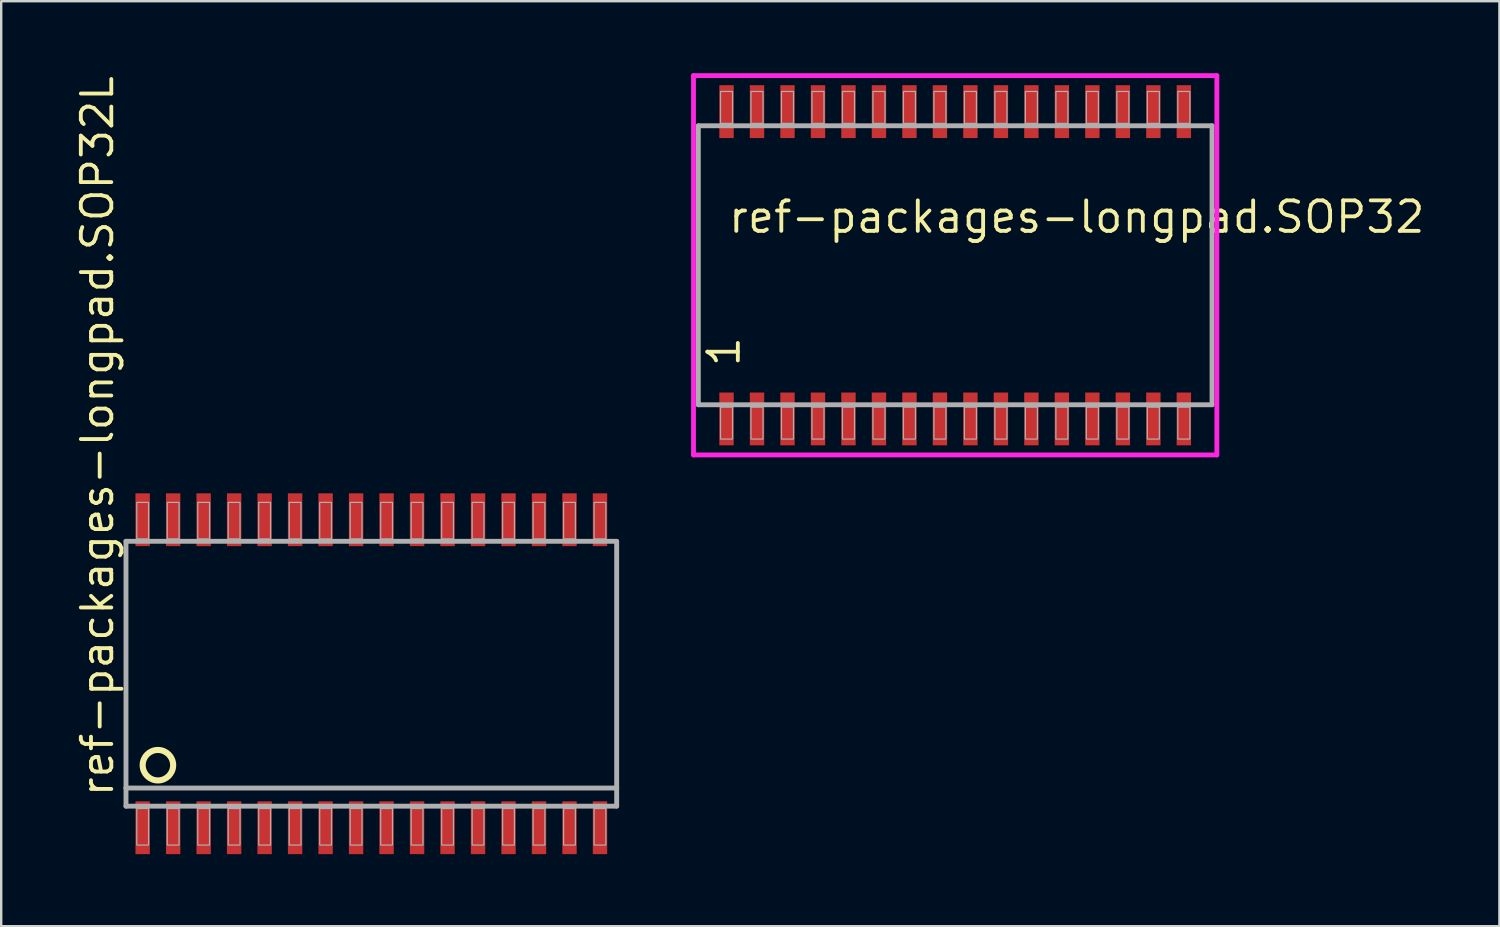
<source format=kicad_pcb>
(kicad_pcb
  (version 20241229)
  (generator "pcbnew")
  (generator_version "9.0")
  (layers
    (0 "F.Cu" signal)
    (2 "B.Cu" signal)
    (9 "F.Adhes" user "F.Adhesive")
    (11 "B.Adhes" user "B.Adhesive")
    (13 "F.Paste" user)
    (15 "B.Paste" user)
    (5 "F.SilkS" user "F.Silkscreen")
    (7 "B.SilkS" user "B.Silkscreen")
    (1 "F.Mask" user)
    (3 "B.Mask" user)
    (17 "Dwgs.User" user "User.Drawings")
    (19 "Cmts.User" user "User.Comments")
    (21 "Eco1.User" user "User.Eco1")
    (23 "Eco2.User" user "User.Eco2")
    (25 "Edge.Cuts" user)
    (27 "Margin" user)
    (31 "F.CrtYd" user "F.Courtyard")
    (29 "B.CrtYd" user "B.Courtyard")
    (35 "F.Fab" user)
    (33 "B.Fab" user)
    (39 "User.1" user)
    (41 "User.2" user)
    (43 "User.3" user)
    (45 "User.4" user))
  (footprint "ref-packages-longpad.SOP32"
    (layer "F.Cu")
    (at 36.739 8)
    (property "Reference" "ref-packages-longpad.SOP32" (at -9.525 -1.27 0) (layer "F.SilkS") (effects (font (size 1.27 1.27) (thickness 0.16)) (justify left bottom)))
    (attr smd)
    (fp_line (start -10.9 -7.9) (end 10.9 -7.9) (stroke (width 0.2) (type default)) (layer "F.CrtYd"))
    (fp_line (start -10.9 7.9) (end -10.9 -7.9) (stroke (width 0.2) (type default)) (layer "F.CrtYd"))
    (fp_line (start 10.9 -7.9) (end 10.9 7.9) (stroke (width 0.2) (type default)) (layer "F.CrtYd"))
    (fp_line (start 10.9 7.9) (end -10.9 7.9) (stroke (width 0.2) (type default)) (layer "F.CrtYd"))
    (fp_line (start -10.7 -5.81) (end 10.7 -5.81) (stroke (width 0.203) (type default)) (layer "F.Fab"))
    (fp_line (start -10.7 5.81) (end -10.7 -5.81) (stroke (width 0.203) (type default)) (layer "F.Fab"))
    (fp_line (start 10.7 -5.81) (end 10.7 5.81) (stroke (width 0.203) (type default)) (layer "F.Fab"))
    (fp_line (start 10.7 5.81) (end -10.7 5.81) (stroke (width 0.203) (type default)) (layer "F.Fab"))
    (fp_rect (start -9.775 -5.91) (end -9.275 -7.24) (stroke (width 0.05) (type default)) (fill no) (layer "F.Fab"))
    (fp_rect (start -9.775 7.24) (end -9.275 5.91) (stroke (width 0.05) (type default)) (fill no) (layer "F.Fab"))
    (fp_rect (start -8.505 -5.91) (end -8.005 -7.24) (stroke (width 0.05) (type default)) (fill no) (layer "F.Fab"))
    (fp_rect (start -8.505 7.24) (end -8.005 5.91) (stroke (width 0.05) (type default)) (fill no) (layer "F.Fab"))
    (fp_rect (start -7.235 -5.91) (end -6.735 -7.24) (stroke (width 0.05) (type default)) (fill no) (layer "F.Fab"))
    (fp_rect (start -7.235 7.24) (end -6.735 5.91) (stroke (width 0.05) (type default)) (fill no) (layer "F.Fab"))
    (fp_rect (start -5.965 -5.91) (end -5.465 -7.24) (stroke (width 0.05) (type default)) (fill no) (layer "F.Fab"))
    (fp_rect (start -5.965 7.24) (end -5.465 5.91) (stroke (width 0.05) (type default)) (fill no) (layer "F.Fab"))
    (fp_rect (start -4.695 -5.91) (end -4.195 -7.24) (stroke (width 0.05) (type default)) (fill no) (layer "F.Fab"))
    (fp_rect (start -4.695 7.24) (end -4.195 5.91) (stroke (width 0.05) (type default)) (fill no) (layer "F.Fab"))
    (fp_rect (start -3.425 -5.91) (end -2.925 -7.24) (stroke (width 0.05) (type default)) (fill no) (layer "F.Fab"))
    (fp_rect (start -3.425 7.24) (end -2.925 5.91) (stroke (width 0.05) (type default)) (fill no) (layer "F.Fab"))
    (fp_rect (start -2.155 -5.91) (end -1.655 -7.24) (stroke (width 0.05) (type default)) (fill no) (layer "F.Fab"))
    (fp_rect (start -2.155 7.24) (end -1.655 5.91) (stroke (width 0.05) (type default)) (fill no) (layer "F.Fab"))
    (fp_rect (start -0.885 -5.91) (end -0.385 -7.24) (stroke (width 0.05) (type default)) (fill no) (layer "F.Fab"))
    (fp_rect (start -0.885 7.24) (end -0.385 5.91) (stroke (width 0.05) (type default)) (fill no) (layer "F.Fab"))
    (fp_rect (start 0.385 -5.91) (end 0.885 -7.24) (stroke (width 0.05) (type default)) (fill no) (layer "F.Fab"))
    (fp_rect (start 0.385 7.24) (end 0.885 5.91) (stroke (width 0.05) (type default)) (fill no) (layer "F.Fab"))
    (fp_rect (start 1.655 -5.91) (end 2.155 -7.24) (stroke (width 0.05) (type default)) (fill no) (layer "F.Fab"))
    (fp_rect (start 1.655 7.24) (end 2.155 5.91) (stroke (width 0.05) (type default)) (fill no) (layer "F.Fab"))
    (fp_rect (start 2.925 -5.91) (end 3.425 -7.24) (stroke (width 0.05) (type default)) (fill no) (layer "F.Fab"))
    (fp_rect (start 2.925 7.24) (end 3.425 5.91) (stroke (width 0.05) (type default)) (fill no) (layer "F.Fab"))
    (fp_rect (start 4.195 -5.91) (end 4.695 -7.24) (stroke (width 0.05) (type default)) (fill no) (layer "F.Fab"))
    (fp_rect (start 4.195 7.24) (end 4.695 5.91) (stroke (width 0.05) (type default)) (fill no) (layer "F.Fab"))
    (fp_rect (start 5.465 -5.91) (end 5.965 -7.24) (stroke (width 0.05) (type default)) (fill no) (layer "F.Fab"))
    (fp_rect (start 5.465 7.24) (end 5.965 5.91) (stroke (width 0.05) (type default)) (fill no) (layer "F.Fab"))
    (fp_rect (start 6.735 -5.91) (end 7.235 -7.24) (stroke (width 0.05) (type default)) (fill no) (layer "F.Fab"))
    (fp_rect (start 6.735 7.24) (end 7.235 5.91) (stroke (width 0.05) (type default)) (fill no) (layer "F.Fab"))
    (fp_rect (start 8.005 -5.91) (end 8.505 -7.24) (stroke (width 0.05) (type default)) (fill no) (layer "F.Fab"))
    (fp_rect (start 8.005 7.24) (end 8.505 5.91) (stroke (width 0.05) (type default)) (fill no) (layer "F.Fab"))
    (fp_rect (start 9.275 -5.91) (end 9.775 -7.24) (stroke (width 0.05) (type default)) (fill no) (layer "F.Fab"))
    (fp_rect (start 9.275 7.24) (end 9.775 5.91) (stroke (width 0.05) (type default)) (fill no) (layer "F.Fab"))
    (fp_text user "1" (at -8.89 4.31 90) (layer "F.SilkS") (effects (font (size 1.27 1.27) (thickness 0.16)) (justify left bottom)))
    (pad "1" smd roundrect (at -9.525 6.4) (size 0.6 2.2) (layers "F.Cu" "F.Mask" "F.Paste") (roundrect_rratio 0.01))
    (pad "2" smd roundrect (at -8.255 6.4) (size 0.6 2.2) (layers "F.Cu" "F.Mask" "F.Paste") (roundrect_rratio 0.01))
    (pad "3" smd roundrect (at -6.985 6.4) (size 0.6 2.2) (layers "F.Cu" "F.Mask" "F.Paste") (roundrect_rratio 0.01))
    (pad "4" smd roundrect (at -5.715 6.4) (size 0.6 2.2) (layers "F.Cu" "F.Mask" "F.Paste") (roundrect_rratio 0.01))
    (pad "5" smd roundrect (at -4.445 6.4) (size 0.6 2.2) (layers "F.Cu" "F.Mask" "F.Paste") (roundrect_rratio 0.01))
    (pad "6" smd roundrect (at -3.175 6.4) (size 0.6 2.2) (layers "F.Cu" "F.Mask" "F.Paste") (roundrect_rratio 0.01))
    (pad "7" smd roundrect (at -1.905 6.4) (size 0.6 2.2) (layers "F.Cu" "F.Mask" "F.Paste") (roundrect_rratio 0.01))
    (pad "8" smd roundrect (at -0.635 6.4) (size 0.6 2.2) (layers "F.Cu" "F.Mask" "F.Paste") (roundrect_rratio 0.01))
    (pad "9" smd roundrect (at 0.635 6.4) (size 0.6 2.2) (layers "F.Cu" "F.Mask" "F.Paste") (roundrect_rratio 0.01))
    (pad "10" smd roundrect (at 1.905 6.4) (size 0.6 2.2) (layers "F.Cu" "F.Mask" "F.Paste") (roundrect_rratio 0.01))
    (pad "11" smd roundrect (at 3.175 6.4) (size 0.6 2.2) (layers "F.Cu" "F.Mask" "F.Paste") (roundrect_rratio 0.01))
    (pad "12" smd roundrect (at 4.445 6.4) (size 0.6 2.2) (layers "F.Cu" "F.Mask" "F.Paste") (roundrect_rratio 0.01))
    (pad "13" smd roundrect (at 5.715 6.4) (size 0.6 2.2) (layers "F.Cu" "F.Mask" "F.Paste") (roundrect_rratio 0.01))
    (pad "14" smd roundrect (at 6.985 6.4) (size 0.6 2.2) (layers "F.Cu" "F.Mask" "F.Paste") (roundrect_rratio 0.01))
    (pad "15" smd roundrect (at 8.255 6.4) (size 0.6 2.2) (layers "F.Cu" "F.Mask" "F.Paste") (roundrect_rratio 0.01))
    (pad "16" smd roundrect (at 9.525 6.4) (size 0.6 2.2) (layers "F.Cu" "F.Mask" "F.Paste") (roundrect_rratio 0.01))
    (pad "17" smd roundrect (at 9.525 -6.4) (size 0.6 2.2) (layers "F.Cu" "F.Mask" "F.Paste") (roundrect_rratio 0.01))
    (pad "18" smd roundrect (at 8.255 -6.4) (size 0.6 2.2) (layers "F.Cu" "F.Mask" "F.Paste") (roundrect_rratio 0.01))
    (pad "19" smd roundrect (at 6.985 -6.4) (size 0.6 2.2) (layers "F.Cu" "F.Mask" "F.Paste") (roundrect_rratio 0.01))
    (pad "20" smd roundrect (at 5.715 -6.4) (size 0.6 2.2) (layers "F.Cu" "F.Mask" "F.Paste") (roundrect_rratio 0.01))
    (pad "21" smd roundrect (at 4.445 -6.4) (size 0.6 2.2) (layers "F.Cu" "F.Mask" "F.Paste") (roundrect_rratio 0.01))
    (pad "22" smd roundrect (at 3.175 -6.4) (size 0.6 2.2) (layers "F.Cu" "F.Mask" "F.Paste") (roundrect_rratio 0.01))
    (pad "23" smd roundrect (at 1.905 -6.4) (size 0.6 2.2) (layers "F.Cu" "F.Mask" "F.Paste") (roundrect_rratio 0.01))
    (pad "24" smd roundrect (at 0.635 -6.4) (size 0.6 2.2) (layers "F.Cu" "F.Mask" "F.Paste") (roundrect_rratio 0.01))
    (pad "25" smd roundrect (at -0.635 -6.4) (size 0.6 2.2) (layers "F.Cu" "F.Mask" "F.Paste") (roundrect_rratio 0.01))
    (pad "26" smd roundrect (at -1.905 -6.4) (size 0.6 2.2) (layers "F.Cu" "F.Mask" "F.Paste") (roundrect_rratio 0.01))
    (pad "27" smd roundrect (at -3.175 -6.4) (size 0.6 2.2) (layers "F.Cu" "F.Mask" "F.Paste") (roundrect_rratio 0.01))
    (pad "28" smd roundrect (at -4.445 -6.4) (size 0.6 2.2) (layers "F.Cu" "F.Mask" "F.Paste") (roundrect_rratio 0.01))
    (pad "29" smd roundrect (at -5.715 -6.4) (size 0.6 2.2) (layers "F.Cu" "F.Mask" "F.Paste") (roundrect_rratio 0.01))
    (pad "30" smd roundrect (at -6.985 -6.4) (size 0.6 2.2) (layers "F.Cu" "F.Mask" "F.Paste") (roundrect_rratio 0.01))
    (pad "31" smd roundrect (at -8.255 -6.4) (size 0.6 2.2) (layers "F.Cu" "F.Mask" "F.Paste") (roundrect_rratio 0.01))
    (pad "32" smd roundrect (at -9.525 -6.4) (size 0.6 2.2) (layers "F.Cu" "F.Mask" "F.Paste") (roundrect_rratio 0.01)))
  (footprint "ref-packages-longpad.SOP32L"
    (layer "F.Cu")
    (at 12.418 25.015)
    (property "Reference" "ref-packages-longpad.SOP32L" (at -10.668 5.207 90) (layer "F.SilkS") (effects (font (size 1.27 1.27) (thickness 0.16)) (justify left bottom)))
    (attr smd)
    (fp_circle (center -8.89 3.81) (end -8.255 3.81) (stroke (width 0.254) (type default)) (fill no) (layer "F.SilkS"))
    (fp_line (start -10.22 -5.516) (end 10.22 -5.516) (stroke (width 0.203) (type default)) (layer "F.Fab"))
    (fp_line (start -10.22 4.762) (end -10.22 -5.516) (stroke (width 0.203) (type default)) (layer "F.Fab"))
    (fp_line (start -10.22 5.516) (end -10.22 4.762) (stroke (width 0.203) (type default)) (layer "F.Fab"))
    (fp_line (start 10.22 -5.516) (end 10.22 4.762) (stroke (width 0.203) (type default)) (layer "F.Fab"))
    (fp_line (start 10.22 4.762) (end -10.22 4.762) (stroke (width 0.203) (type default)) (layer "F.Fab"))
    (fp_line (start 10.22 4.762) (end 10.22 5.516) (stroke (width 0.203) (type default)) (layer "F.Fab"))
    (fp_line (start 10.22 5.516) (end -10.22 5.516) (stroke (width 0.203) (type default)) (layer "F.Fab"))
    (fp_rect (start -9.77 -5.616) (end -9.28 -7.136) (stroke (width 0.05) (type default)) (fill no) (layer "F.Fab"))
    (fp_rect (start -9.77 7.136) (end -9.28 5.616) (stroke (width 0.05) (type default)) (fill no) (layer "F.Fab"))
    (fp_rect (start -8.5 -5.616) (end -8.01 -7.136) (stroke (width 0.05) (type default)) (fill no) (layer "F.Fab"))
    (fp_rect (start -8.5 7.136) (end -8.01 5.616) (stroke (width 0.05) (type default)) (fill no) (layer "F.Fab"))
    (fp_rect (start -7.23 -5.616) (end -6.74 -7.136) (stroke (width 0.05) (type default)) (fill no) (layer "F.Fab"))
    (fp_rect (start -7.23 7.136) (end -6.74 5.616) (stroke (width 0.05) (type default)) (fill no) (layer "F.Fab"))
    (fp_rect (start -5.96 -5.616) (end -5.47 -7.136) (stroke (width 0.05) (type default)) (fill no) (layer "F.Fab"))
    (fp_rect (start -5.96 7.136) (end -5.47 5.616) (stroke (width 0.05) (type default)) (fill no) (layer "F.Fab"))
    (fp_rect (start -4.69 -5.616) (end -4.2 -7.136) (stroke (width 0.05) (type default)) (fill no) (layer "F.Fab"))
    (fp_rect (start -4.69 7.136) (end -4.2 5.616) (stroke (width 0.05) (type default)) (fill no) (layer "F.Fab"))
    (fp_rect (start -3.42 -5.616) (end -2.93 -7.136) (stroke (width 0.05) (type default)) (fill no) (layer "F.Fab"))
    (fp_rect (start -3.42 7.136) (end -2.93 5.616) (stroke (width 0.05) (type default)) (fill no) (layer "F.Fab"))
    (fp_rect (start -2.15 -5.616) (end -1.66 -7.136) (stroke (width 0.05) (type default)) (fill no) (layer "F.Fab"))
    (fp_rect (start -2.15 7.136) (end -1.66 5.616) (stroke (width 0.05) (type default)) (fill no) (layer "F.Fab"))
    (fp_rect (start -0.88 -5.616) (end -0.39 -7.136) (stroke (width 0.05) (type default)) (fill no) (layer "F.Fab"))
    (fp_rect (start -0.88 7.136) (end -0.39 5.616) (stroke (width 0.05) (type default)) (fill no) (layer "F.Fab"))
    (fp_rect (start 0.39 -5.616) (end 0.88 -7.136) (stroke (width 0.05) (type default)) (fill no) (layer "F.Fab"))
    (fp_rect (start 0.39 7.136) (end 0.88 5.616) (stroke (width 0.05) (type default)) (fill no) (layer "F.Fab"))
    (fp_rect (start 1.66 -5.616) (end 2.15 -7.136) (stroke (width 0.05) (type default)) (fill no) (layer "F.Fab"))
    (fp_rect (start 1.66 7.136) (end 2.15 5.616) (stroke (width 0.05) (type default)) (fill no) (layer "F.Fab"))
    (fp_rect (start 2.93 -5.616) (end 3.42 -7.136) (stroke (width 0.05) (type default)) (fill no) (layer "F.Fab"))
    (fp_rect (start 2.93 7.136) (end 3.42 5.616) (stroke (width 0.05) (type default)) (fill no) (layer "F.Fab"))
    (fp_rect (start 4.2 -5.616) (end 4.69 -7.136) (stroke (width 0.05) (type default)) (fill no) (layer "F.Fab"))
    (fp_rect (start 4.2 7.136) (end 4.69 5.616) (stroke (width 0.05) (type default)) (fill no) (layer "F.Fab"))
    (fp_rect (start 5.47 -5.616) (end 5.96 -7.136) (stroke (width 0.05) (type default)) (fill no) (layer "F.Fab"))
    (fp_rect (start 5.47 7.136) (end 5.96 5.616) (stroke (width 0.05) (type default)) (fill no) (layer "F.Fab"))
    (fp_rect (start 6.74 -5.616) (end 7.23 -7.136) (stroke (width 0.05) (type default)) (fill no) (layer "F.Fab"))
    (fp_rect (start 6.74 7.136) (end 7.23 5.616) (stroke (width 0.05) (type default)) (fill no) (layer "F.Fab"))
    (fp_rect (start 8.01 -5.616) (end 8.5 -7.136) (stroke (width 0.05) (type default)) (fill no) (layer "F.Fab"))
    (fp_rect (start 8.01 7.136) (end 8.5 5.616) (stroke (width 0.05) (type default)) (fill no) (layer "F.Fab"))
    (fp_rect (start 9.28 -5.616) (end 9.77 -7.136) (stroke (width 0.05) (type default)) (fill no) (layer "F.Fab"))
    (fp_rect (start 9.28 7.136) (end 9.77 5.616) (stroke (width 0.05) (type default)) (fill no) (layer "F.Fab"))
    (pad "1" smd roundrect (at -9.525 6.416) (size 0.6 2.2) (layers "F.Cu" "F.Mask" "F.Paste") (roundrect_rratio 0.01))
    (pad "2" smd roundrect (at -8.255 6.416) (size 0.6 2.2) (layers "F.Cu" "F.Mask" "F.Paste") (roundrect_rratio 0.01))
    (pad "3" smd roundrect (at -6.985 6.416) (size 0.6 2.2) (layers "F.Cu" "F.Mask" "F.Paste") (roundrect_rratio 0.01))
    (pad "4" smd roundrect (at -5.715 6.416) (size 0.6 2.2) (layers "F.Cu" "F.Mask" "F.Paste") (roundrect_rratio 0.01))
    (pad "5" smd roundrect (at -4.445 6.416) (size 0.6 2.2) (layers "F.Cu" "F.Mask" "F.Paste") (roundrect_rratio 0.01))
    (pad "6" smd roundrect (at -3.175 6.416) (size 0.6 2.2) (layers "F.Cu" "F.Mask" "F.Paste") (roundrect_rratio 0.01))
    (pad "7" smd roundrect (at -1.905 6.416) (size 0.6 2.2) (layers "F.Cu" "F.Mask" "F.Paste") (roundrect_rratio 0.01))
    (pad "8" smd roundrect (at -0.635 6.416) (size 0.6 2.2) (layers "F.Cu" "F.Mask" "F.Paste") (roundrect_rratio 0.01))
    (pad "9" smd roundrect (at 0.635 6.416) (size 0.6 2.2) (layers "F.Cu" "F.Mask" "F.Paste") (roundrect_rratio 0.01))
    (pad "10" smd roundrect (at 1.905 6.416) (size 0.6 2.2) (layers "F.Cu" "F.Mask" "F.Paste") (roundrect_rratio 0.01))
    (pad "11" smd roundrect (at 3.175 6.416) (size 0.6 2.2) (layers "F.Cu" "F.Mask" "F.Paste") (roundrect_rratio 0.01))
    (pad "12" smd roundrect (at 4.445 6.416) (size 0.6 2.2) (layers "F.Cu" "F.Mask" "F.Paste") (roundrect_rratio 0.01))
    (pad "13" smd roundrect (at 5.715 6.416) (size 0.6 2.2) (layers "F.Cu" "F.Mask" "F.Paste") (roundrect_rratio 0.01))
    (pad "14" smd roundrect (at 6.985 6.416) (size 0.6 2.2) (layers "F.Cu" "F.Mask" "F.Paste") (roundrect_rratio 0.01))
    (pad "15" smd roundrect (at 8.255 6.416) (size 0.6 2.2) (layers "F.Cu" "F.Mask" "F.Paste") (roundrect_rratio 0.01))
    (pad "16" smd roundrect (at 9.525 6.416) (size 0.6 2.2) (layers "F.Cu" "F.Mask" "F.Paste") (roundrect_rratio 0.01))
    (pad "17" smd roundrect (at 9.525 -6.416) (size 0.6 2.2) (layers "F.Cu" "F.Mask" "F.Paste") (roundrect_rratio 0.01))
    (pad "18" smd roundrect (at 8.255 -6.416) (size 0.6 2.2) (layers "F.Cu" "F.Mask" "F.Paste") (roundrect_rratio 0.01))
    (pad "19" smd roundrect (at 6.985 -6.416) (size 0.6 2.2) (layers "F.Cu" "F.Mask" "F.Paste") (roundrect_rratio 0.01))
    (pad "20" smd roundrect (at 5.715 -6.416) (size 0.6 2.2) (layers "F.Cu" "F.Mask" "F.Paste") (roundrect_rratio 0.01))
    (pad "21" smd roundrect (at 4.445 -6.416) (size 0.6 2.2) (layers "F.Cu" "F.Mask" "F.Paste") (roundrect_rratio 0.01))
    (pad "22" smd roundrect (at 3.175 -6.416) (size 0.6 2.2) (layers "F.Cu" "F.Mask" "F.Paste") (roundrect_rratio 0.01))
    (pad "23" smd roundrect (at 1.905 -6.416) (size 0.6 2.2) (layers "F.Cu" "F.Mask" "F.Paste") (roundrect_rratio 0.01))
    (pad "24" smd roundrect (at 0.635 -6.416) (size 0.6 2.2) (layers "F.Cu" "F.Mask" "F.Paste") (roundrect_rratio 0.01))
    (pad "25" smd roundrect (at -0.635 -6.416) (size 0.6 2.2) (layers "F.Cu" "F.Mask" "F.Paste") (roundrect_rratio 0.01))
    (pad "26" smd roundrect (at -1.905 -6.416) (size 0.6 2.2) (layers "F.Cu" "F.Mask" "F.Paste") (roundrect_rratio 0.01))
    (pad "27" smd roundrect (at -3.175 -6.416) (size 0.6 2.2) (layers "F.Cu" "F.Mask" "F.Paste") (roundrect_rratio 0.01))
    (pad "28" smd roundrect (at -4.445 -6.416) (size 0.6 2.2) (layers "F.Cu" "F.Mask" "F.Paste") (roundrect_rratio 0.01))
    (pad "29" smd roundrect (at -5.715 -6.416) (size 0.6 2.2) (layers "F.Cu" "F.Mask" "F.Paste") (roundrect_rratio 0.01))
    (pad "30" smd roundrect (at -6.985 -6.416) (size 0.6 2.2) (layers "F.Cu" "F.Mask" "F.Paste") (roundrect_rratio 0.01))
    (pad "31" smd roundrect (at -8.255 -6.416) (size 0.6 2.2) (layers "F.Cu" "F.Mask" "F.Paste") (roundrect_rratio 0.01))
    (pad "32" smd roundrect (at -9.525 -6.416) (size 0.6 2.2) (layers "F.Cu" "F.Mask" "F.Paste") (roundrect_rratio 0.01)))
  (gr_rect
    (start -3 -3)
    (end 59.409 35.531)
    (stroke (width 0.1) (type default))
    (fill no)
    (layer "Edge.Cuts")))
</source>
